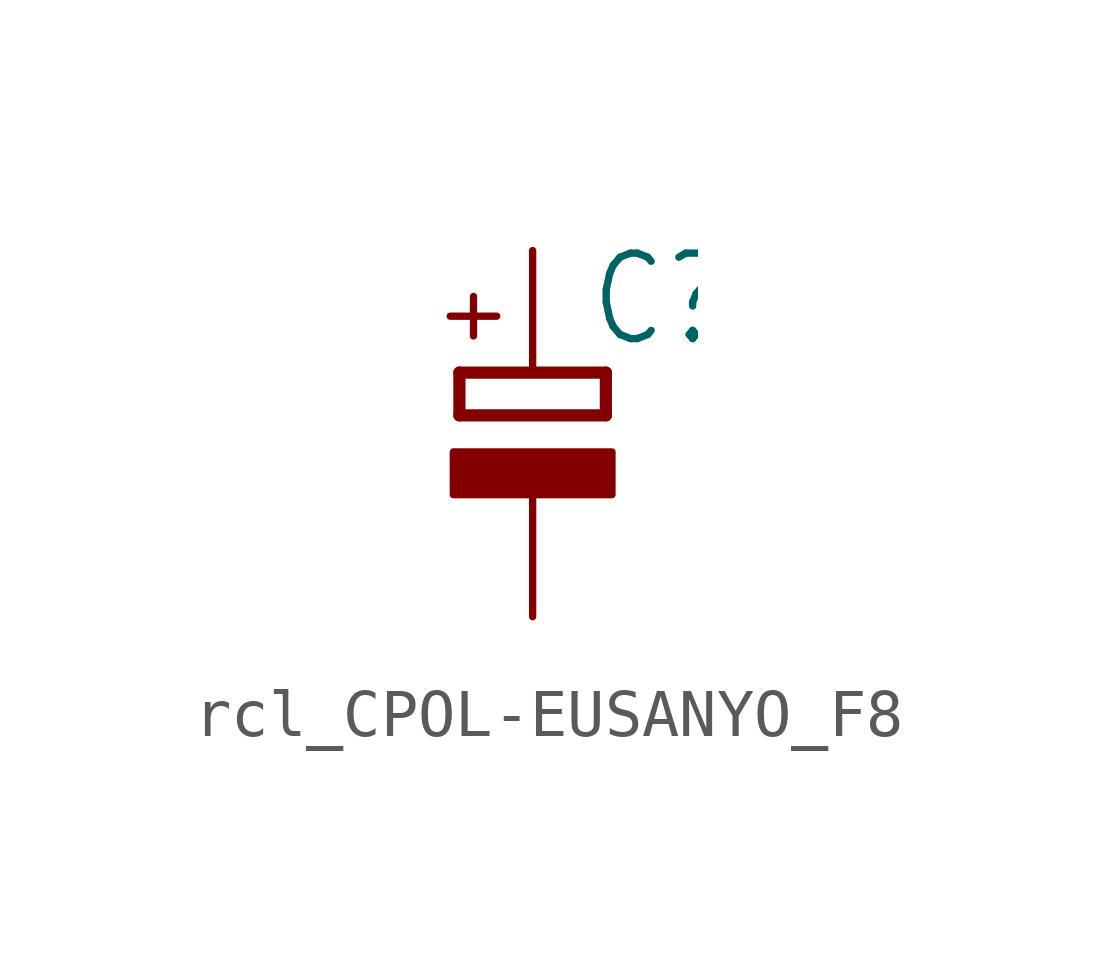
<source format=kicad_sym>
(kicad_symbol_lib
  (version 20231120)
  (generator "kicad_symbol_editor")
  (generator_version "8.0")
  (symbol "rcl_CPOL-EUSANYO_F8"
    (property "Reference" "C"
      (at 1.143 0.483 0)
      (effects (font (size 1.778 1.511)) (justify left bottom)))
    (property "Value" ""
      (at 1.143 -4.597 0)
      (effects (font (size 1.778 1.511)) (justify left bottom)))
    (property "ki_locked" ""
      (at 0 0 0)
      (effects (font (size 1.27 1.27))))
    (symbol "rcl_CPOL-EUSANYO_F8_1_0"
      (rectangle (start -1.651 -2.54) (end 1.651 -1.651) (stroke (width 0) (type default)) (fill (type outline)))
      (polyline (pts (xy -1.524 -0.889) (xy 1.524 -0.889)) (stroke (width 0.254) (type solid)) (fill (type none)))
      (polyline (pts (xy -1.524 0) (xy -1.524 -0.889)) (stroke (width 0.254) (type solid)) (fill (type none)))
      (polyline (pts (xy -1.524 0) (xy 1.524 0)) (stroke (width 0.254) (type solid)) (fill (type none)))
      (polyline (pts (xy 1.524 -0.889) (xy 1.524 0)) (stroke (width 0.254) (type solid)) (fill (type none)))
      (text "+" (at -0.584 0.406 900) (effects (font (size 1.27 1.079)) (justify left bottom)))
      (pin passive line (at 0 2.54 270) (length 2.54) (name "+" (effects (font (size 0 0)))) (number "+" (effects (font (size 0 0)))))
      (pin passive line (at 0 -5.08 90) (length 2.54) (name "-" (effects (font (size 0 0)))) (number "-" (effects (font (size 0 0))))))))
</source>
